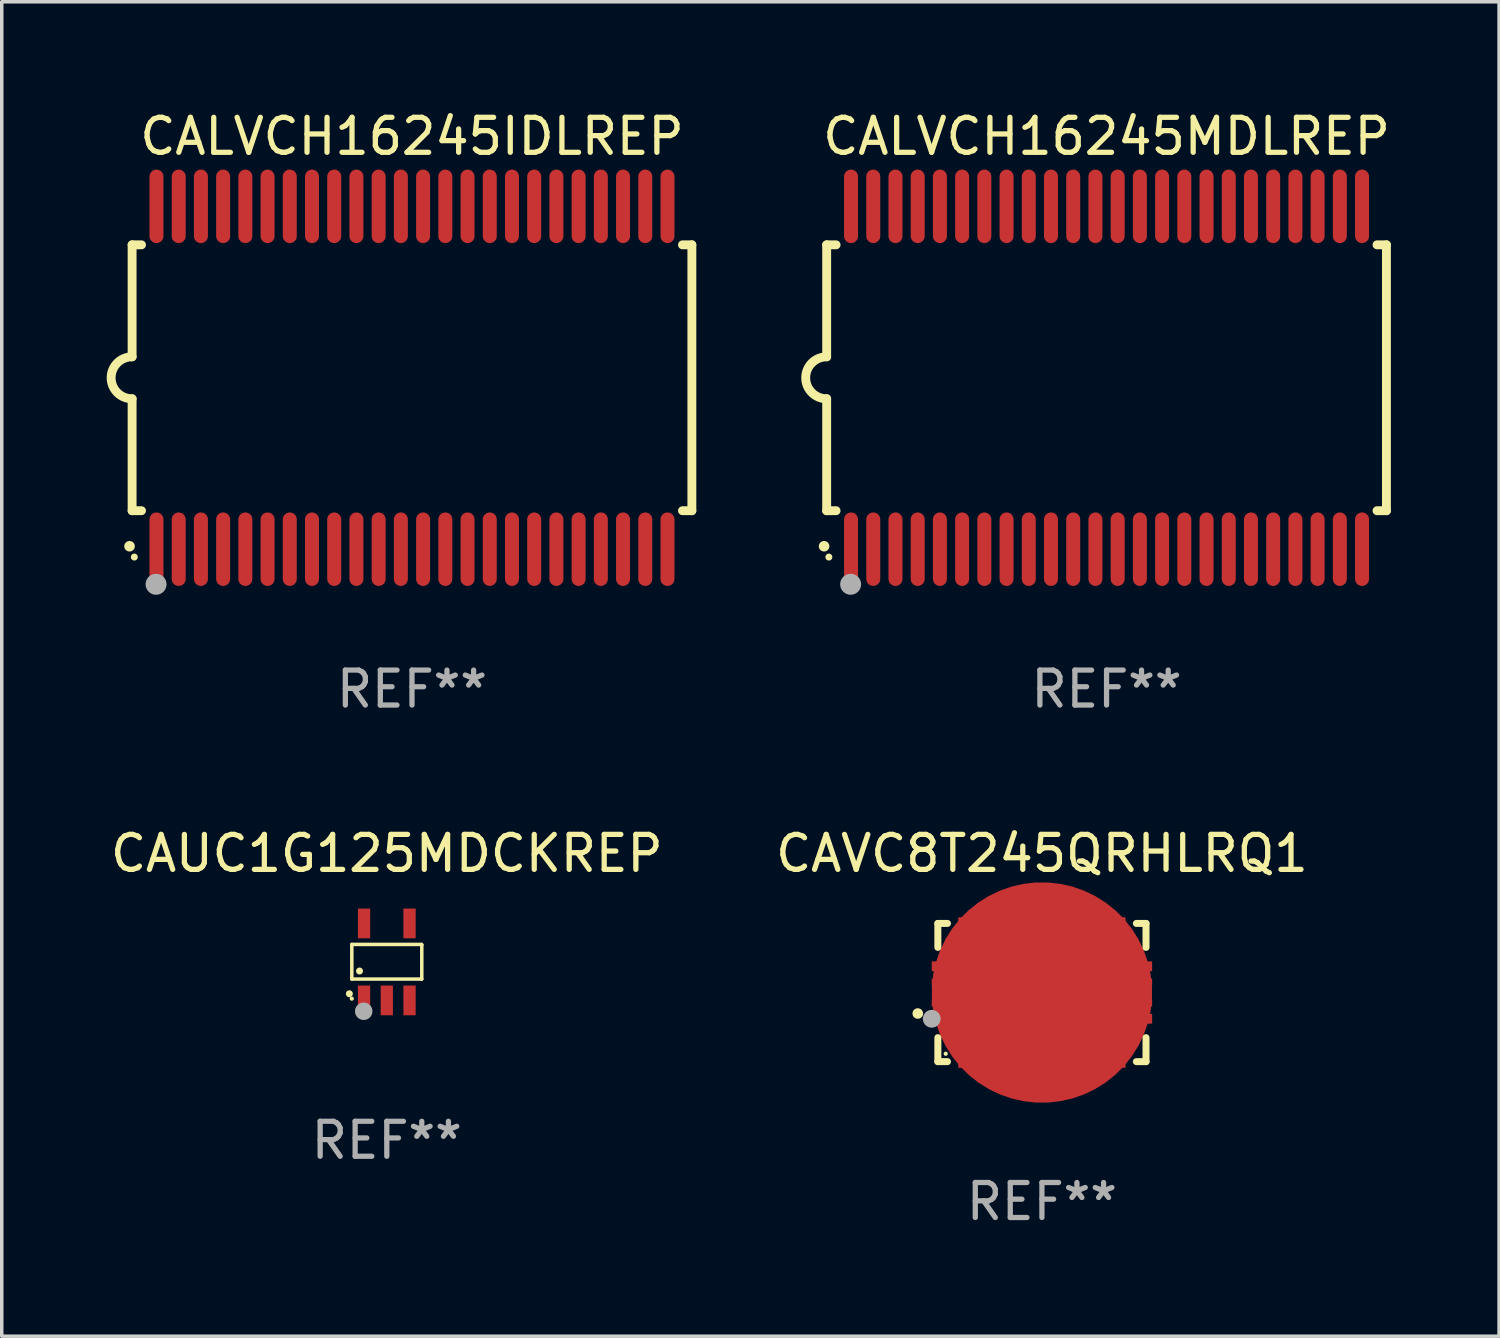
<source format=kicad_pcb>
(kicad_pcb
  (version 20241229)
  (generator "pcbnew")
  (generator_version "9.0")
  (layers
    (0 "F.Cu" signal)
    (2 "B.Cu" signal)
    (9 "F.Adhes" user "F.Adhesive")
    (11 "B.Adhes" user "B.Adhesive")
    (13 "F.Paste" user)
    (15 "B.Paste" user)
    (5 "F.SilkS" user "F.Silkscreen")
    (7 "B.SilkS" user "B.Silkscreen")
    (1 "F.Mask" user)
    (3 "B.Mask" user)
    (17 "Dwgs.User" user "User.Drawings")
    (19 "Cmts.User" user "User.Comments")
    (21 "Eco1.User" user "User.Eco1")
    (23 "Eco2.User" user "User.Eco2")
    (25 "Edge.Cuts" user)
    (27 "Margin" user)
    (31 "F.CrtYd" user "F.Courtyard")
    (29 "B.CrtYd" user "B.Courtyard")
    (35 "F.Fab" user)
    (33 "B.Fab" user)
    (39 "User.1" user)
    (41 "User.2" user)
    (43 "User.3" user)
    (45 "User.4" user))
  (footprint "CAUC1G125MDCKREP"
    (layer "F.Cu")
    (at 8.006 24.445)
    (property "Reference" "CAUC1G125MDCKREP" (at 0 -3.1 0) (layer "F.SilkS") (effects (font (size 1 1) (thickness 0.15))))
    (attr through_hole)
    (fp_line (start -1 -0.5) (end -1 0.49) (stroke (width 0.1) (type solid)) (layer "F.SilkS"))
    (fp_line (start -1 0.49) (end 1 0.49) (stroke (width 0.1) (type solid)) (layer "F.SilkS"))
    (fp_line (start 0.99 -0.5) (end -1 -0.5) (stroke (width 0.1) (type solid)) (layer "F.SilkS"))
    (fp_line (start 1 -0.49) (end 0.99 -0.5) (stroke (width 0.1) (type solid)) (layer "F.SilkS"))
    (fp_line (start 1 0.49) (end 1 -0.49) (stroke (width 0.1) (type solid)) (layer "F.SilkS"))
    (fp_circle (center -1.07 0.91) (end -1.02 0.91) (stroke (width 0.1) (type solid)) (fill no) (layer "F.SilkS"))
    (fp_circle (center -1 1.05) (end -0.97 1.05) (stroke (width 0.06) (type solid)) (fill no) (layer "F.SilkS"))
    (fp_circle (center -0.78 0.26) (end -0.73 0.26) (stroke (width 0.1) (type solid)) (fill no) (layer "F.SilkS"))
    (fp_circle (center -0.66 1.41) (end -0.535 1.41) (stroke (width 0.25) (type solid)) (fill no) (layer "F.Fab"))
    (fp_text user "REF**" (at 0 5.1 0) (layer "F.Fab") (effects (font (size 1 1) (thickness 0.15))))
    (pad "1" smd rect (at -0.65 1.1) (size 0.35 0.85) (layers "F.Cu" "F.Mask" "F.Paste"))
    (pad "2" smd rect (at 0.000051 1.1) (size 0.35 0.85) (layers "F.Cu" "F.Mask" "F.Paste"))
    (pad "3" smd rect (at 0.65 1.1) (size 0.35 0.85) (layers "F.Cu" "F.Mask" "F.Paste"))
    (pad "4" smd rect (at 0.65 -1.1) (size 0.35 0.85) (layers "F.Cu" "F.Mask" "F.Paste"))
    (pad "5" smd rect (at -0.65 -1.1) (size 0.35 0.85) (layers "F.Cu" "F.Mask" "F.Paste")))
  (footprint "CAVC8T245QRHLRQ1"
    (layer "F.Cu")
    (at 26.732 25.32)
    (property "Reference" "CAVC8T245QRHLRQ1" (at 0 -3.975 0) (layer "F.SilkS") (effects (font (size 1 1) (thickness 0.15))))
    (attr through_hole)
    (fp_line (start -2.975 -1.975) (end -2.975 -1.29) (stroke (width 0.2) (type solid)) (layer "F.SilkS"))
    (fp_line (start -2.975 1.975) (end -2.975 1.29) (stroke (width 0.2) (type solid)) (layer "F.SilkS"))
    (fp_line (start -2.7 -1.975) (end -2.975 -1.975) (stroke (width 0.2) (type solid)) (layer "F.SilkS"))
    (fp_line (start -2.7 1.975) (end -2.975 1.975) (stroke (width 0.2) (type solid)) (layer "F.SilkS"))
    (fp_line (start 2.975 -1.975) (end 2.7 -1.975) (stroke (width 0.2) (type solid)) (layer "F.SilkS"))
    (fp_line (start 2.975 -1.29) (end 2.975 -1.975) (stroke (width 0.2) (type solid)) (layer "F.SilkS"))
    (fp_line (start 2.975 1.29) (end 2.975 1.975) (stroke (width 0.2) (type solid)) (layer "F.SilkS"))
    (fp_line (start 2.975 1.975) (end 2.7 1.975) (stroke (width 0.2) (type solid)) (layer "F.SilkS"))
    (fp_arc (start -3.549987 0.6) (mid -3.548717 0.599995) (end -3.547447 0.6) (stroke (width 0.3) (type solid)) (layer "F.SilkS"))
    (fp_circle (center -2.75 1.75) (end -2.72 1.75) (stroke (width 0.06) (type solid)) (fill no) (layer "F.SilkS"))
    (fp_circle (center -3.15 0.75) (end -3.023 0.75) (stroke (width 0.254) (type solid)) (fill no) (layer "F.Fab"))
    (fp_text user "REF**" (at 0 5.975 0) (layer "F.Fab") (effects (font (size 1 1) (thickness 0.15))))
    (pad "1" smd rect (at -2.725 0.75 90) (size 0.28 0.85) (layers "F.Cu" "F.Mask" "F.Paste"))
    (pad "2" smd rect (at -2.25 1.725) (size 0.28 0.85) (layers "F.Cu" "F.Mask" "F.Paste"))
    (pad "3" smd rect (at -1.75 1.725) (size 0.28 0.85) (layers "F.Cu" "F.Mask" "F.Paste"))
    (pad "4" smd rect (at -1.25 1.725) (size 0.28 0.85) (layers "F.Cu" "F.Mask" "F.Paste"))
    (pad "5" smd rect (at -0.75 1.725) (size 0.28 0.85) (layers "F.Cu" "F.Mask" "F.Paste"))
    (pad "6" smd rect (at -0.25 1.725) (size 0.28 0.85) (layers "F.Cu" "F.Mask" "F.Paste"))
    (pad "7" smd rect (at 0.25 1.725) (size 0.28 0.85) (layers "F.Cu" "F.Mask" "F.Paste"))
    (pad "8" smd rect (at 0.75 1.725) (size 0.28 0.85) (layers "F.Cu" "F.Mask" "F.Paste"))
    (pad "9" smd rect (at 1.25 1.725) (size 0.28 0.85) (layers "F.Cu" "F.Mask" "F.Paste"))
    (pad "10" smd rect (at 1.75 1.725) (size 0.28 0.85) (layers "F.Cu" "F.Mask" "F.Paste"))
    (pad "11" smd rect (at 2.25 1.725) (size 0.28 0.85) (layers "F.Cu" "F.Mask" "F.Paste"))
    (pad "12" smd rect (at 2.725 0.75 90) (size 0.28 0.85) (layers "F.Cu" "F.Mask" "F.Paste"))
    (pad "13" smd rect (at 2.725 -0.75 90) (size 0.28 0.85) (layers "F.Cu" "F.Mask" "F.Paste"))
    (pad "14" smd rect (at 2.25 -1.725) (size 0.28 0.85) (layers "F.Cu" "F.Mask" "F.Paste"))
    (pad "15" smd rect (at 1.75 -1.725) (size 0.28 0.85) (layers "F.Cu" "F.Mask" "F.Paste"))
    (pad "16" smd rect (at 1.25 -1.725) (size 0.28 0.85) (layers "F.Cu" "F.Mask" "F.Paste"))
    (pad "17" smd rect (at 0.75 -1.725) (size 0.28 0.85) (layers "F.Cu" "F.Mask" "F.Paste"))
    (pad "18" smd rect (at 0.25 -1.725) (size 0.28 0.85) (layers "F.Cu" "F.Mask" "F.Paste"))
    (pad "19" smd rect (at -0.25 -1.725) (size 0.28 0.85) (layers "F.Cu" "F.Mask" "F.Paste"))
    (pad "20" smd rect (at -0.75 -1.725) (size 0.28 0.85) (layers "F.Cu" "F.Mask" "F.Paste"))
    (pad "21" smd rect (at -1.25 -1.725) (size 0.28 0.85) (layers "F.Cu" "F.Mask" "F.Paste"))
    (pad "22" smd rect (at -1.75 -1.725) (size 0.28 0.85) (layers "F.Cu" "F.Mask" "F.Paste"))
    (pad "23" smd rect (at -2.25 -1.725) (size 0.28 0.85) (layers "F.Cu" "F.Mask" "F.Paste"))
    (pad "24" smd rect (at -2.725 -0.75 90) (size 0.28 0.85) (layers "F.Cu" "F.Mask" "F.Paste"))
    (pad "25" smd custom (at 0 0) (size 6.3 2) (layers "F.Cu" "F.Mask" "F.Paste") (options (anchor circle)) (primitives (gr_poly (pts (xy -3.15 -0.4) (xy -3.15 -0.2) (xy -2.4 -0.2) (xy -2.4 0.2) (xy -3.15 0.2) (xy -3.15 0.4) (xy -2 0.4) (xy -2 1) (xy 2 1) (xy 2 0.4) (xy 3.15 0.4) (xy 3.15 0.2) (xy 2.4 0.2) (xy 2.4 -0.2) (xy 3.15 -0.2) (xy 3.15 -0.4) (xy 2 -0.4) (xy 2 -1) (xy -2 -1) (xy -2 -0.4)) (width 0) (fill yes)))))
  (footprint "CALVCH16245MDLREP"
    (layer "F.Cu")
    (at 28.579 7.748)
    (property "Reference" "CALVCH16245MDLREP" (at 0 -6.9 0) (layer "F.SilkS") (effects (font (size 1 1) (thickness 0.15))))
    (attr through_hole)
    (fp_line (start -8 -3.8) (end -8 -0.599) (stroke (width 0.254) (type solid)) (layer "F.SilkS"))
    (fp_line (start -8 -3.8) (end -7.731 -3.8) (stroke (width 0.254) (type solid)) (layer "F.SilkS"))
    (fp_line (start -8 3.8) (end -8 0.599) (stroke (width 0.254) (type solid)) (layer "F.SilkS"))
    (fp_line (start -7.731 3.8) (end -8 3.8) (stroke (width 0.254) (type solid)) (layer "F.SilkS"))
    (fp_line (start 7.731 -3.8) (end 8 -3.8) (stroke (width 0.254) (type solid)) (layer "F.SilkS"))
    (fp_line (start 8 -3.8) (end 8 3.8) (stroke (width 0.254) (type solid)) (layer "F.SilkS"))
    (fp_line (start 8 3.8) (end 7.731 3.8) (stroke (width 0.254) (type solid)) (layer "F.SilkS"))
    (fp_arc (start -8.074676 4.81585) (mid -8.073406 4.815845) (end -8.072136 4.81585) (stroke (width 0.3) (type solid)) (layer "F.SilkS"))
    (fp_arc (start -8.000025 0.6) (mid -8.598908 0.00056) (end -8.000027 -0.598882) (stroke (width 0.254001) (type solid)) (layer "F.SilkS"))
    (fp_circle (center -7.937 5.125) (end -7.887 5.125) (stroke (width 0.1) (type solid)) (fill no) (layer "F.SilkS"))
    (fp_circle (center -7.315 5.903) (end -7.165 5.903) (stroke (width 0.3) (type solid)) (fill no) (layer "F.Fab"))
    (fp_text user "REF**" (at 0 8.9 0) (layer "F.Fab") (effects (font (size 1 1) (thickness 0.15))))
    (pad "1" smd oval (at -7.303 4.9) (size 0.4 2.1) (layers "F.Cu" "F.Mask" "F.Paste"))
    (pad "2" smd oval (at -6.668 4.9) (size 0.4 2.1) (layers "F.Cu" "F.Mask" "F.Paste"))
    (pad "3" smd oval (at -6.033 4.9) (size 0.4 2.1) (layers "F.Cu" "F.Mask" "F.Paste"))
    (pad "4" smd oval (at -5.398 4.9) (size 0.4 2.1) (layers "F.Cu" "F.Mask" "F.Paste"))
    (pad "5" smd oval (at -4.763 4.9) (size 0.4 2.1) (layers "F.Cu" "F.Mask" "F.Paste"))
    (pad "6" smd oval (at -4.128 4.9) (size 0.4 2.1) (layers "F.Cu" "F.Mask" "F.Paste"))
    (pad "7" smd oval (at -3.493 4.9) (size 0.4 2.1) (layers "F.Cu" "F.Mask" "F.Paste"))
    (pad "8" smd oval (at -2.858 4.9) (size 0.4 2.1) (layers "F.Cu" "F.Mask" "F.Paste"))
    (pad "9" smd oval (at -2.223 4.9) (size 0.4 2.1) (layers "F.Cu" "F.Mask" "F.Paste"))
    (pad "10" smd oval (at -1.588 4.9) (size 0.4 2.1) (layers "F.Cu" "F.Mask" "F.Paste"))
    (pad "11" smd oval (at -0.953 4.9) (size 0.4 2.1) (layers "F.Cu" "F.Mask" "F.Paste"))
    (pad "12" smd oval (at -0.318 4.9) (size 0.4 2.1) (layers "F.Cu" "F.Mask" "F.Paste"))
    (pad "13" smd oval (at 0.318 4.9) (size 0.4 2.1) (layers "F.Cu" "F.Mask" "F.Paste"))
    (pad "14" smd oval (at 0.953 4.9) (size 0.4 2.1) (layers "F.Cu" "F.Mask" "F.Paste"))
    (pad "15" smd oval (at 1.588 4.9) (size 0.4 2.1) (layers "F.Cu" "F.Mask" "F.Paste"))
    (pad "16" smd oval (at 2.223 4.9) (size 0.4 2.1) (layers "F.Cu" "F.Mask" "F.Paste"))
    (pad "17" smd oval (at 2.858 4.9) (size 0.4 2.1) (layers "F.Cu" "F.Mask" "F.Paste"))
    (pad "18" smd oval (at 3.493 4.9) (size 0.4 2.1) (layers "F.Cu" "F.Mask" "F.Paste"))
    (pad "19" smd oval (at 4.128 4.9) (size 0.4 2.1) (layers "F.Cu" "F.Mask" "F.Paste"))
    (pad "20" smd oval (at 4.763 4.9) (size 0.4 2.1) (layers "F.Cu" "F.Mask" "F.Paste"))
    (pad "21" smd oval (at 5.398 4.9) (size 0.4 2.1) (layers "F.Cu" "F.Mask" "F.Paste"))
    (pad "22" smd oval (at 6.033 4.9) (size 0.4 2.1) (layers "F.Cu" "F.Mask" "F.Paste"))
    (pad "23" smd oval (at 6.668 4.9) (size 0.4 2.1) (layers "F.Cu" "F.Mask" "F.Paste"))
    (pad "24" smd oval (at 7.303 4.9) (size 0.4 2.1) (layers "F.Cu" "F.Mask" "F.Paste"))
    (pad "25" smd oval (at 7.303 -4.9 180) (size 0.4 2.1) (layers "F.Cu" "F.Mask" "F.Paste"))
    (pad "26" smd oval (at 6.668 -4.9 180) (size 0.4 2.1) (layers "F.Cu" "F.Mask" "F.Paste"))
    (pad "27" smd oval (at 6.033 -4.9 180) (size 0.4 2.1) (layers "F.Cu" "F.Mask" "F.Paste"))
    (pad "28" smd oval (at 5.398 -4.9 180) (size 0.4 2.1) (layers "F.Cu" "F.Mask" "F.Paste"))
    (pad "29" smd oval (at 4.763 -4.9 180) (size 0.4 2.1) (layers "F.Cu" "F.Mask" "F.Paste"))
    (pad "30" smd oval (at 4.128 -4.9 180) (size 0.4 2.1) (layers "F.Cu" "F.Mask" "F.Paste"))
    (pad "31" smd oval (at 3.493 -4.9 180) (size 0.4 2.1) (layers "F.Cu" "F.Mask" "F.Paste"))
    (pad "32" smd oval (at 2.858 -4.9 180) (size 0.4 2.1) (layers "F.Cu" "F.Mask" "F.Paste"))
    (pad "33" smd oval (at 2.223 -4.9 180) (size 0.4 2.1) (layers "F.Cu" "F.Mask" "F.Paste"))
    (pad "34" smd oval (at 1.588 -4.9 180) (size 0.4 2.1) (layers "F.Cu" "F.Mask" "F.Paste"))
    (pad "35" smd oval (at 0.953 -4.9 180) (size 0.4 2.1) (layers "F.Cu" "F.Mask" "F.Paste"))
    (pad "36" smd oval (at 0.318 -4.9 180) (size 0.4 2.1) (layers "F.Cu" "F.Mask" "F.Paste"))
    (pad "37" smd oval (at -0.318 -4.9 180) (size 0.4 2.1) (layers "F.Cu" "F.Mask" "F.Paste"))
    (pad "38" smd oval (at -0.953 -4.9 180) (size 0.4 2.1) (layers "F.Cu" "F.Mask" "F.Paste"))
    (pad "39" smd oval (at -1.588 -4.9 180) (size 0.4 2.1) (layers "F.Cu" "F.Mask" "F.Paste"))
    (pad "40" smd oval (at -2.223 -4.9 180) (size 0.4 2.1) (layers "F.Cu" "F.Mask" "F.Paste"))
    (pad "41" smd oval (at -2.858 -4.9 180) (size 0.4 2.1) (layers "F.Cu" "F.Mask" "F.Paste"))
    (pad "42" smd oval (at -3.493 -4.9 180) (size 0.4 2.1) (layers "F.Cu" "F.Mask" "F.Paste"))
    (pad "43" smd oval (at -4.128 -4.9 180) (size 0.4 2.1) (layers "F.Cu" "F.Mask" "F.Paste"))
    (pad "44" smd oval (at -4.763 -4.9 180) (size 0.4 2.1) (layers "F.Cu" "F.Mask" "F.Paste"))
    (pad "45" smd oval (at -5.398 -4.9 180) (size 0.4 2.1) (layers "F.Cu" "F.Mask" "F.Paste"))
    (pad "46" smd oval (at -6.033 -4.9 180) (size 0.4 2.1) (layers "F.Cu" "F.Mask" "F.Paste"))
    (pad "47" smd oval (at -6.668 -4.9 180) (size 0.4 2.1) (layers "F.Cu" "F.Mask" "F.Paste"))
    (pad "48" smd oval (at -7.303 -4.9 180) (size 0.4 2.1) (layers "F.Cu" "F.Mask" "F.Paste")))
  (footprint "CALVCH16245IDLREP"
    (layer "F.Cu")
    (at 8.726 7.748)
    (property "Reference" "CALVCH16245IDLREP" (at 0 -6.9 0) (layer "F.SilkS") (effects (font (size 1 1) (thickness 0.15))))
    (attr through_hole)
    (fp_line (start -8 -3.8) (end -8 -0.599) (stroke (width 0.254) (type solid)) (layer "F.SilkS"))
    (fp_line (start -8 -3.8) (end -7.731 -3.8) (stroke (width 0.254) (type solid)) (layer "F.SilkS"))
    (fp_line (start -8 3.8) (end -8 0.599) (stroke (width 0.254) (type solid)) (layer "F.SilkS"))
    (fp_line (start -7.731 3.8) (end -8 3.8) (stroke (width 0.254) (type solid)) (layer "F.SilkS"))
    (fp_line (start 7.731 -3.8) (end 8 -3.8) (stroke (width 0.254) (type solid)) (layer "F.SilkS"))
    (fp_line (start 8 -3.8) (end 8 3.8) (stroke (width 0.254) (type solid)) (layer "F.SilkS"))
    (fp_line (start 8 3.8) (end 7.731 3.8) (stroke (width 0.254) (type solid)) (layer "F.SilkS"))
    (fp_arc (start -8.074676 4.81585) (mid -8.073406 4.815845) (end -8.072136 4.81585) (stroke (width 0.3) (type solid)) (layer "F.SilkS"))
    (fp_arc (start -8.000025 0.6) (mid -8.598908 0.00056) (end -8.000027 -0.598882) (stroke (width 0.254001) (type solid)) (layer "F.SilkS"))
    (fp_circle (center -7.937 5.125) (end -7.887 5.125) (stroke (width 0.1) (type solid)) (fill no) (layer "F.SilkS"))
    (fp_circle (center -7.315 5.903) (end -7.165 5.903) (stroke (width 0.3) (type solid)) (fill no) (layer "F.Fab"))
    (fp_text user "REF**" (at 0 8.9 0) (layer "F.Fab") (effects (font (size 1 1) (thickness 0.15))))
    (pad "1" smd oval (at -7.303 4.9) (size 0.4 2.1) (layers "F.Cu" "F.Mask" "F.Paste"))
    (pad "2" smd oval (at -6.668 4.9) (size 0.4 2.1) (layers "F.Cu" "F.Mask" "F.Paste"))
    (pad "3" smd oval (at -6.033 4.9) (size 0.4 2.1) (layers "F.Cu" "F.Mask" "F.Paste"))
    (pad "4" smd oval (at -5.398 4.9) (size 0.4 2.1) (layers "F.Cu" "F.Mask" "F.Paste"))
    (pad "5" smd oval (at -4.763 4.9) (size 0.4 2.1) (layers "F.Cu" "F.Mask" "F.Paste"))
    (pad "6" smd oval (at -4.128 4.9) (size 0.4 2.1) (layers "F.Cu" "F.Mask" "F.Paste"))
    (pad "7" smd oval (at -3.493 4.9) (size 0.4 2.1) (layers "F.Cu" "F.Mask" "F.Paste"))
    (pad "8" smd oval (at -2.858 4.9) (size 0.4 2.1) (layers "F.Cu" "F.Mask" "F.Paste"))
    (pad "9" smd oval (at -2.223 4.9) (size 0.4 2.1) (layers "F.Cu" "F.Mask" "F.Paste"))
    (pad "10" smd oval (at -1.588 4.9) (size 0.4 2.1) (layers "F.Cu" "F.Mask" "F.Paste"))
    (pad "11" smd oval (at -0.953 4.9) (size 0.4 2.1) (layers "F.Cu" "F.Mask" "F.Paste"))
    (pad "12" smd oval (at -0.318 4.9) (size 0.4 2.1) (layers "F.Cu" "F.Mask" "F.Paste"))
    (pad "13" smd oval (at 0.318 4.9) (size 0.4 2.1) (layers "F.Cu" "F.Mask" "F.Paste"))
    (pad "14" smd oval (at 0.953 4.9) (size 0.4 2.1) (layers "F.Cu" "F.Mask" "F.Paste"))
    (pad "15" smd oval (at 1.588 4.9) (size 0.4 2.1) (layers "F.Cu" "F.Mask" "F.Paste"))
    (pad "16" smd oval (at 2.223 4.9) (size 0.4 2.1) (layers "F.Cu" "F.Mask" "F.Paste"))
    (pad "17" smd oval (at 2.858 4.9) (size 0.4 2.1) (layers "F.Cu" "F.Mask" "F.Paste"))
    (pad "18" smd oval (at 3.493 4.9) (size 0.4 2.1) (layers "F.Cu" "F.Mask" "F.Paste"))
    (pad "19" smd oval (at 4.128 4.9) (size 0.4 2.1) (layers "F.Cu" "F.Mask" "F.Paste"))
    (pad "20" smd oval (at 4.763 4.9) (size 0.4 2.1) (layers "F.Cu" "F.Mask" "F.Paste"))
    (pad "21" smd oval (at 5.398 4.9) (size 0.4 2.1) (layers "F.Cu" "F.Mask" "F.Paste"))
    (pad "22" smd oval (at 6.033 4.9) (size 0.4 2.1) (layers "F.Cu" "F.Mask" "F.Paste"))
    (pad "23" smd oval (at 6.668 4.9) (size 0.4 2.1) (layers "F.Cu" "F.Mask" "F.Paste"))
    (pad "24" smd oval (at 7.303 4.9) (size 0.4 2.1) (layers "F.Cu" "F.Mask" "F.Paste"))
    (pad "25" smd oval (at 7.303 -4.9 180) (size 0.4 2.1) (layers "F.Cu" "F.Mask" "F.Paste"))
    (pad "26" smd oval (at 6.668 -4.9 180) (size 0.4 2.1) (layers "F.Cu" "F.Mask" "F.Paste"))
    (pad "27" smd oval (at 6.033 -4.9 180) (size 0.4 2.1) (layers "F.Cu" "F.Mask" "F.Paste"))
    (pad "28" smd oval (at 5.398 -4.9 180) (size 0.4 2.1) (layers "F.Cu" "F.Mask" "F.Paste"))
    (pad "29" smd oval (at 4.763 -4.9 180) (size 0.4 2.1) (layers "F.Cu" "F.Mask" "F.Paste"))
    (pad "30" smd oval (at 4.128 -4.9 180) (size 0.4 2.1) (layers "F.Cu" "F.Mask" "F.Paste"))
    (pad "31" smd oval (at 3.493 -4.9 180) (size 0.4 2.1) (layers "F.Cu" "F.Mask" "F.Paste"))
    (pad "32" smd oval (at 2.858 -4.9 180) (size 0.4 2.1) (layers "F.Cu" "F.Mask" "F.Paste"))
    (pad "33" smd oval (at 2.223 -4.9 180) (size 0.4 2.1) (layers "F.Cu" "F.Mask" "F.Paste"))
    (pad "34" smd oval (at 1.588 -4.9 180) (size 0.4 2.1) (layers "F.Cu" "F.Mask" "F.Paste"))
    (pad "35" smd oval (at 0.953 -4.9 180) (size 0.4 2.1) (layers "F.Cu" "F.Mask" "F.Paste"))
    (pad "36" smd oval (at 0.318 -4.9 180) (size 0.4 2.1) (layers "F.Cu" "F.Mask" "F.Paste"))
    (pad "37" smd oval (at -0.318 -4.9 180) (size 0.4 2.1) (layers "F.Cu" "F.Mask" "F.Paste"))
    (pad "38" smd oval (at -0.953 -4.9 180) (size 0.4 2.1) (layers "F.Cu" "F.Mask" "F.Paste"))
    (pad "39" smd oval (at -1.588 -4.9 180) (size 0.4 2.1) (layers "F.Cu" "F.Mask" "F.Paste"))
    (pad "40" smd oval (at -2.223 -4.9 180) (size 0.4 2.1) (layers "F.Cu" "F.Mask" "F.Paste"))
    (pad "41" smd oval (at -2.858 -4.9 180) (size 0.4 2.1) (layers "F.Cu" "F.Mask" "F.Paste"))
    (pad "42" smd oval (at -3.493 -4.9 180) (size 0.4 2.1) (layers "F.Cu" "F.Mask" "F.Paste"))
    (pad "43" smd oval (at -4.128 -4.9 180) (size 0.4 2.1) (layers "F.Cu" "F.Mask" "F.Paste"))
    (pad "44" smd oval (at -4.763 -4.9 180) (size 0.4 2.1) (layers "F.Cu" "F.Mask" "F.Paste"))
    (pad "45" smd oval (at -5.398 -4.9 180) (size 0.4 2.1) (layers "F.Cu" "F.Mask" "F.Paste"))
    (pad "46" smd oval (at -6.033 -4.9 180) (size 0.4 2.1) (layers "F.Cu" "F.Mask" "F.Paste"))
    (pad "47" smd oval (at -6.668 -4.9 180) (size 0.4 2.1) (layers "F.Cu" "F.Mask" "F.Paste"))
    (pad "48" smd oval (at -7.303 -4.9 180) (size 0.4 2.1) (layers "F.Cu" "F.Mask" "F.Paste")))
  (gr_rect
    (start -3 -3)
    (end 39.799 35.143)
    (stroke (width 0.1) (type default))
    (fill no)
    (layer "Edge.Cuts")))
</source>
